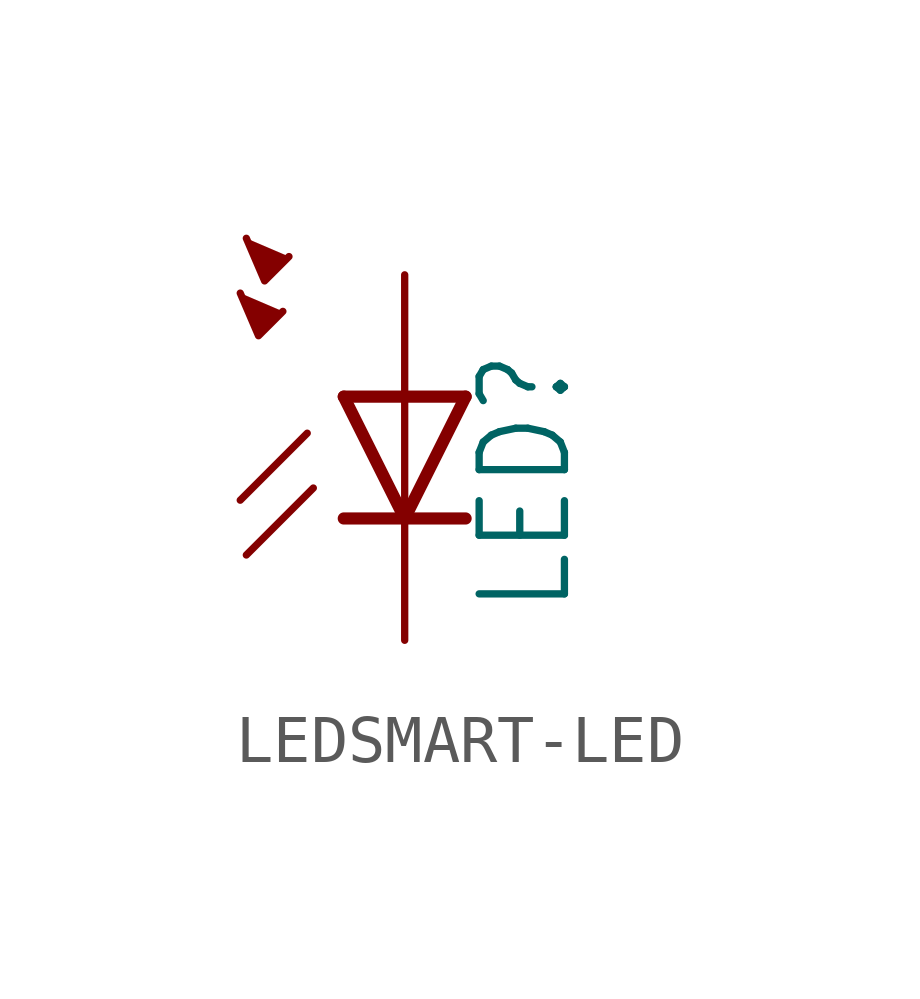
<source format=kicad_sym>
(kicad_symbol_lib
  (version 20241209)
  (generator "kicad_symbol_editor")
  (generator_version "9.0")
  (symbol "LEDSMART-LED"
    (property "Reference" "LED"
      (at 3.556 -4.572 90)
      (effects (font (size 1.778 1.511)) (justify left bottom)))
    (property "Value" ""
      (at 5.715 -4.572 90)
      (effects (font (size 1.778 1.511)) (justify left bottom)))
    (property "ki_locked" ""
      (at 0 0 0)
      (effects (font (size 1.27 1.27))))
    (symbol "LEDSMART-LED_1_0"
      (polyline (pts (xy -3.429 2.159) (xy -3.048 1.27) (xy -2.54 1.778)) (stroke (width 0.152) (type solid)) (fill (type outline)))
      (polyline (pts (xy -3.302 3.302) (xy -2.921 2.413) (xy -2.413 2.921)) (stroke (width 0.152) (type solid)) (fill (type outline)))
      (polyline (pts (xy -2.032 -0.762) (xy -3.429 -2.159)) (stroke (width 0.152) (type solid)) (fill (type none)))
      (polyline (pts (xy -1.905 -1.905) (xy -3.302 -3.302)) (stroke (width 0.152) (type solid)) (fill (type none)))
      (polyline (pts (xy 0 0) (xy -1.27 0)) (stroke (width 0.254) (type solid)) (fill (type none)))
      (polyline (pts (xy 0 0) (xy 0 -2.54)) (stroke (width 0.152) (type solid)) (fill (type none)))
      (polyline (pts (xy 0 -2.54) (xy -1.27 0)) (stroke (width 0.254) (type solid)) (fill (type none)))
      (polyline (pts (xy 0 -2.54) (xy -1.27 -2.54)) (stroke (width 0.254) (type solid)) (fill (type none)))
      (polyline (pts (xy 1.27 0) (xy 0 0)) (stroke (width 0.254) (type solid)) (fill (type none)))
      (polyline (pts (xy 1.27 0) (xy 0 -2.54)) (stroke (width 0.254) (type solid)) (fill (type none)))
      (polyline (pts (xy 1.27 -2.54) (xy 0 -2.54)) (stroke (width 0.254) (type solid)) (fill (type none)))
      (pin passive line (at 0 2.54 270) (length 2.54) (name "A" (effects (font (size 0 0)))) (number "A" (effects (font (size 0 0)))))
      (pin passive line (at 0 -5.08 90) (length 2.54) (name "C" (effects (font (size 0 0)))) (number "B" (effects (font (size 0 0))))))))
</source>
